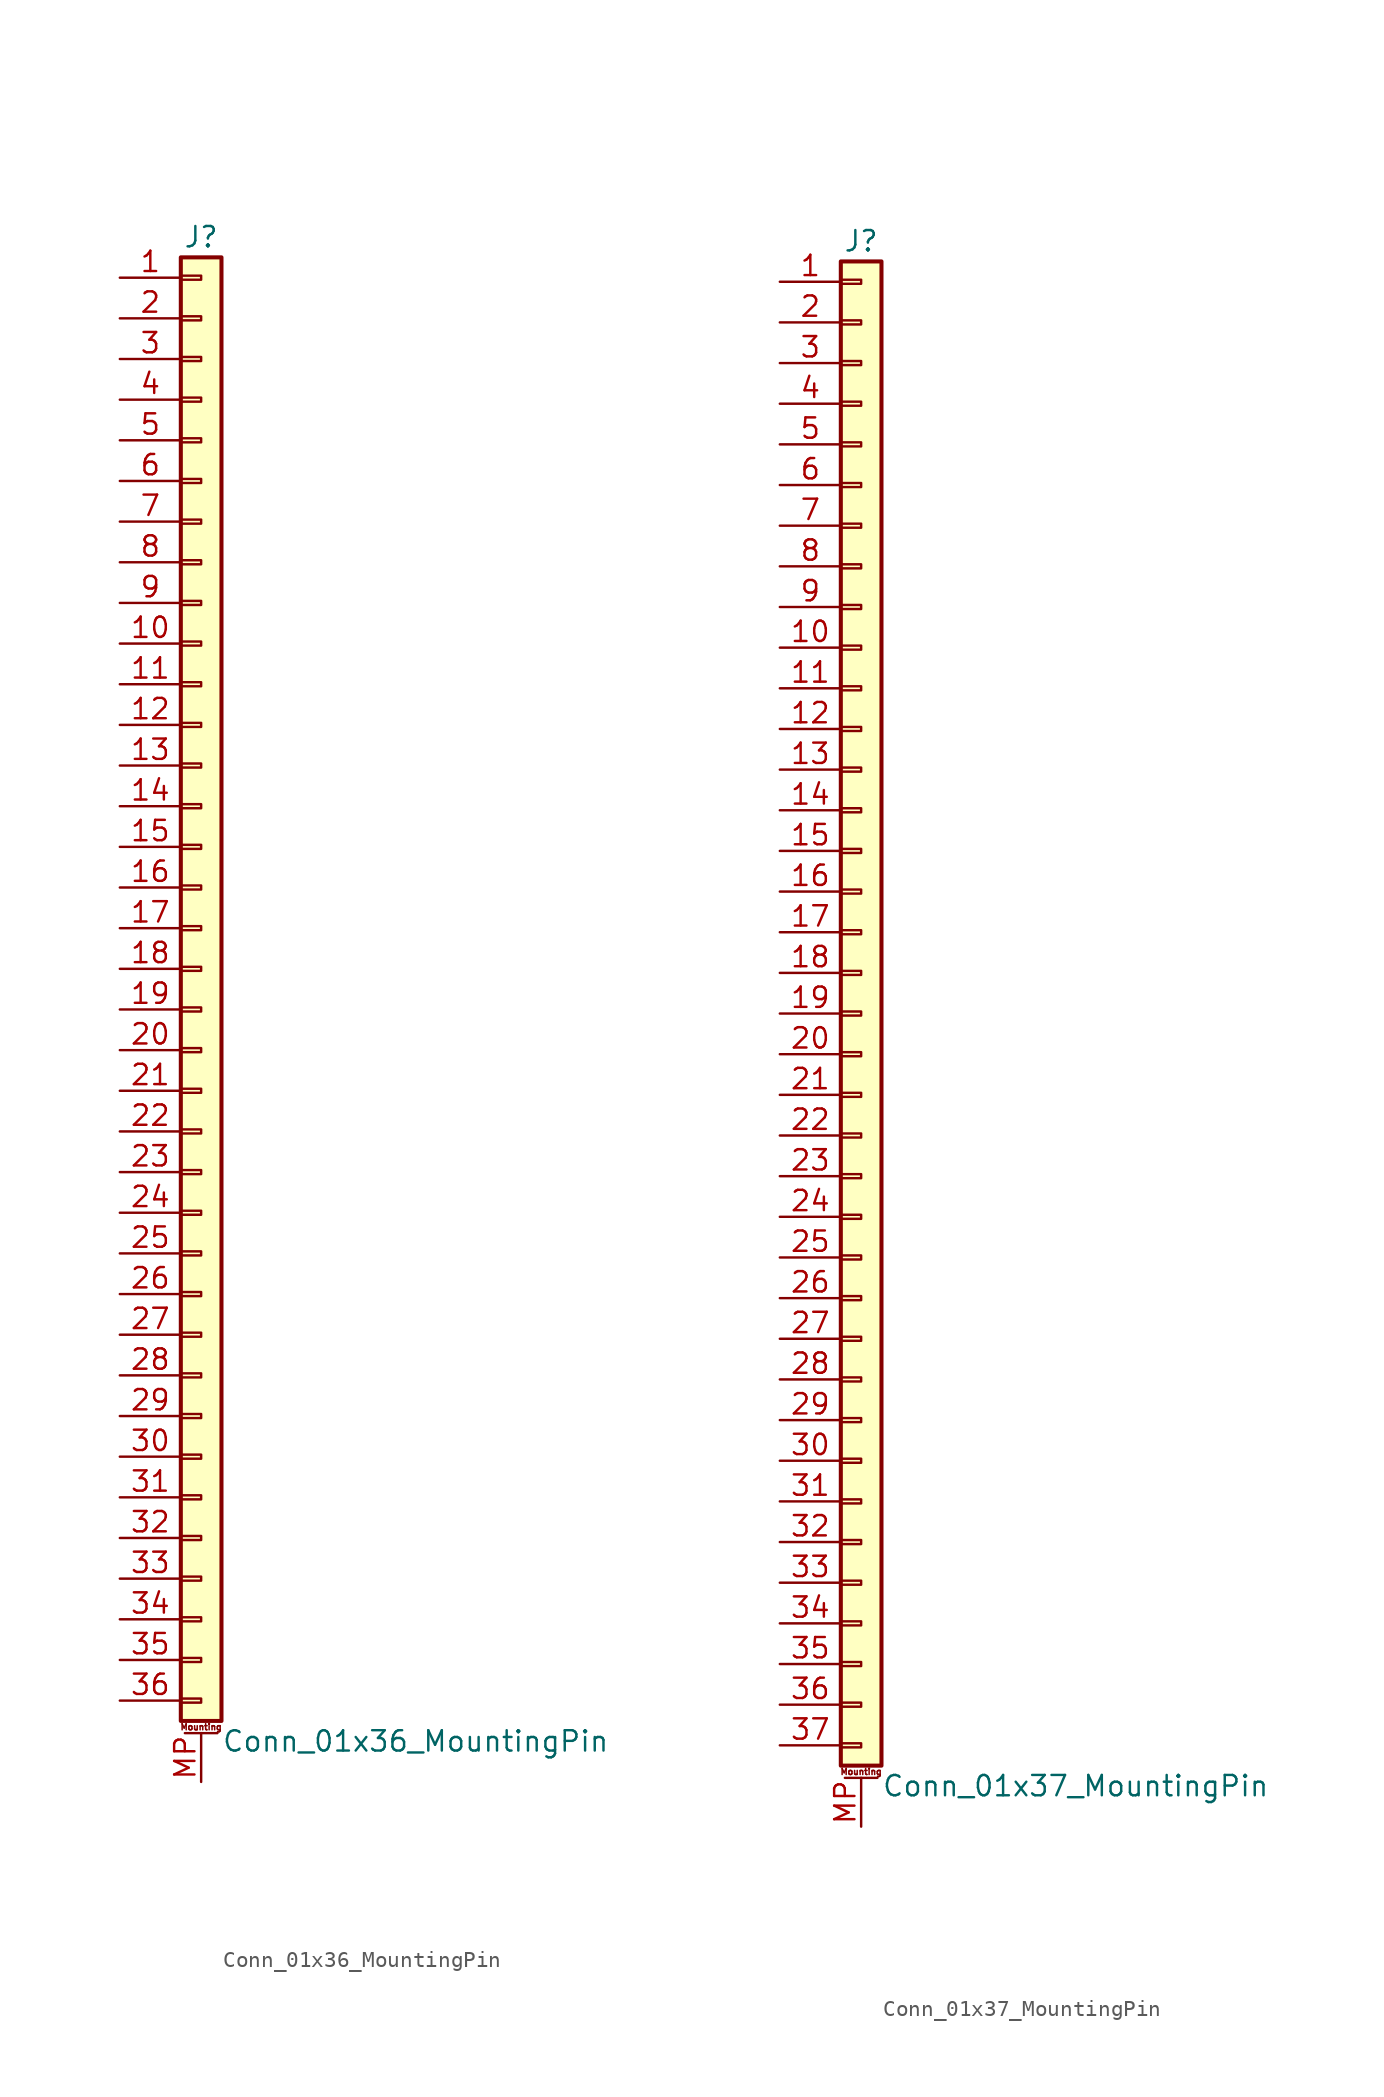
<source format=kicad_sym>
(kicad_symbol_lib
  (version 20201005)
  (generator kicad_symbol_editor)
  (symbol "Conn_01x36_MountingPin"
    (pin_names
      (offset 1.016) hide)
    (property "Reference" "J"
      (at 0 45.72 0)
      (effects (font (size 1.27 1.27))))
    (property "Value" "Conn_01x36_MountingPin"
      (at 1.27 -48.26 0)
      (effects (font (size 1.27 1.27)) (justify left)))
    (symbol "Conn_01x36_MountingPin_1_1"
      (text "Mounting" (at 0 -47.371 0) (effects (font (size 0.381 0.381))))
      (rectangle (start -1.27 -45.593) (end 0 -45.847) (stroke (width 0.152)) (fill (type none)))
      (rectangle (start -1.27 -43.053) (end 0 -43.307) (stroke (width 0.152)) (fill (type none)))
      (rectangle (start -1.27 -40.513) (end 0 -40.767) (stroke (width 0.152)) (fill (type none)))
      (rectangle (start -1.27 -37.973) (end 0 -38.227) (stroke (width 0.152)) (fill (type none)))
      (rectangle (start -1.27 -35.433) (end 0 -35.687) (stroke (width 0.152)) (fill (type none)))
      (rectangle (start -1.27 -32.893) (end 0 -33.147) (stroke (width 0.152)) (fill (type none)))
      (rectangle (start -1.27 -30.353) (end 0 -30.607) (stroke (width 0.152)) (fill (type none)))
      (rectangle (start -1.27 -27.813) (end 0 -28.067) (stroke (width 0.152)) (fill (type none)))
      (rectangle (start -1.27 -25.273) (end 0 -25.527) (stroke (width 0.152)) (fill (type none)))
      (rectangle (start -1.27 -22.733) (end 0 -22.987) (stroke (width 0.152)) (fill (type none)))
      (rectangle (start -1.27 -20.193) (end 0 -20.447) (stroke (width 0.152)) (fill (type none)))
      (rectangle (start -1.27 -17.653) (end 0 -17.907) (stroke (width 0.152)) (fill (type none)))
      (rectangle (start -1.27 -15.113) (end 0 -15.367) (stroke (width 0.152)) (fill (type none)))
      (rectangle (start -1.27 -12.573) (end 0 -12.827) (stroke (width 0.152)) (fill (type none)))
      (rectangle (start -1.27 -10.033) (end 0 -10.287) (stroke (width 0.152)) (fill (type none)))
      (rectangle (start -1.27 -7.493) (end 0 -7.747) (stroke (width 0.152)) (fill (type none)))
      (rectangle (start -1.27 -4.953) (end 0 -5.207) (stroke (width 0.152)) (fill (type none)))
      (rectangle (start -1.27 -2.413) (end 0 -2.667) (stroke (width 0.152)) (fill (type none)))
      (rectangle (start -1.27 0.127) (end 0 -0.127) (stroke (width 0.152)) (fill (type none)))
      (rectangle (start -1.27 2.667) (end 0 2.413) (stroke (width 0.152)) (fill (type none)))
      (rectangle (start -1.27 5.207) (end 0 4.953) (stroke (width 0.152)) (fill (type none)))
      (rectangle (start -1.27 7.747) (end 0 7.493) (stroke (width 0.152)) (fill (type none)))
      (rectangle (start -1.27 10.287) (end 0 10.033) (stroke (width 0.152)) (fill (type none)))
      (rectangle (start -1.27 12.827) (end 0 12.573) (stroke (width 0.152)) (fill (type none)))
      (rectangle (start -1.27 15.367) (end 0 15.113) (stroke (width 0.152)) (fill (type none)))
      (rectangle (start -1.27 17.907) (end 0 17.653) (stroke (width 0.152)) (fill (type none)))
      (rectangle (start -1.27 20.447) (end 0 20.193) (stroke (width 0.152)) (fill (type none)))
      (rectangle (start -1.27 22.987) (end 0 22.733) (stroke (width 0.152)) (fill (type none)))
      (rectangle (start -1.27 25.527) (end 0 25.273) (stroke (width 0.152)) (fill (type none)))
      (rectangle (start -1.27 28.067) (end 0 27.813) (stroke (width 0.152)) (fill (type none)))
      (rectangle (start -1.27 30.607) (end 0 30.353) (stroke (width 0.152)) (fill (type none)))
      (rectangle (start -1.27 33.147) (end 0 32.893) (stroke (width 0.152)) (fill (type none)))
      (rectangle (start -1.27 35.687) (end 0 35.433) (stroke (width 0.152)) (fill (type none)))
      (rectangle (start -1.27 38.227) (end 0 37.973) (stroke (width 0.152)) (fill (type none)))
      (rectangle (start -1.27 40.767) (end 0 40.513) (stroke (width 0.152)) (fill (type none)))
      (rectangle (start -1.27 43.307) (end 0 43.053) (stroke (width 0.152)) (fill (type none)))
      (rectangle (start -1.27 44.45) (end 1.27 -46.99) (stroke (width 0.254)) (fill (type background)))
      (polyline (pts (xy -1.016 -47.752) (xy 1.016 -47.752)) (stroke (width 0.152)) (fill (type none)))
      (pin passive line (at -5.08 43.18 0) (length 3.81) (name "Pin_1" (effects (font (size 1.27 1.27)))) (number "1" (effects (font (size 1.27 1.27)))))
      (pin passive line (at -5.08 20.32 0) (length 3.81) (name "Pin_10" (effects (font (size 1.27 1.27)))) (number "10" (effects (font (size 1.27 1.27)))))
      (pin passive line (at -5.08 17.78 0) (length 3.81) (name "Pin_11" (effects (font (size 1.27 1.27)))) (number "11" (effects (font (size 1.27 1.27)))))
      (pin passive line (at -5.08 15.24 0) (length 3.81) (name "Pin_12" (effects (font (size 1.27 1.27)))) (number "12" (effects (font (size 1.27 1.27)))))
      (pin passive line (at -5.08 12.7 0) (length 3.81) (name "Pin_13" (effects (font (size 1.27 1.27)))) (number "13" (effects (font (size 1.27 1.27)))))
      (pin passive line (at -5.08 10.16 0) (length 3.81) (name "Pin_14" (effects (font (size 1.27 1.27)))) (number "14" (effects (font (size 1.27 1.27)))))
      (pin passive line (at -5.08 7.62 0) (length 3.81) (name "Pin_15" (effects (font (size 1.27 1.27)))) (number "15" (effects (font (size 1.27 1.27)))))
      (pin passive line (at -5.08 5.08 0) (length 3.81) (name "Pin_16" (effects (font (size 1.27 1.27)))) (number "16" (effects (font (size 1.27 1.27)))))
      (pin passive line (at -5.08 2.54 0) (length 3.81) (name "Pin_17" (effects (font (size 1.27 1.27)))) (number "17" (effects (font (size 1.27 1.27)))))
      (pin passive line (at -5.08 0 0) (length 3.81) (name "Pin_18" (effects (font (size 1.27 1.27)))) (number "18" (effects (font (size 1.27 1.27)))))
      (pin passive line (at -5.08 -2.54 0) (length 3.81) (name "Pin_19" (effects (font (size 1.27 1.27)))) (number "19" (effects (font (size 1.27 1.27)))))
      (pin passive line (at -5.08 40.64 0) (length 3.81) (name "Pin_2" (effects (font (size 1.27 1.27)))) (number "2" (effects (font (size 1.27 1.27)))))
      (pin passive line (at -5.08 -5.08 0) (length 3.81) (name "Pin_20" (effects (font (size 1.27 1.27)))) (number "20" (effects (font (size 1.27 1.27)))))
      (pin passive line (at -5.08 -7.62 0) (length 3.81) (name "Pin_21" (effects (font (size 1.27 1.27)))) (number "21" (effects (font (size 1.27 1.27)))))
      (pin passive line (at -5.08 -10.16 0) (length 3.81) (name "Pin_22" (effects (font (size 1.27 1.27)))) (number "22" (effects (font (size 1.27 1.27)))))
      (pin passive line (at -5.08 -12.7 0) (length 3.81) (name "Pin_23" (effects (font (size 1.27 1.27)))) (number "23" (effects (font (size 1.27 1.27)))))
      (pin passive line (at -5.08 -15.24 0) (length 3.81) (name "Pin_24" (effects (font (size 1.27 1.27)))) (number "24" (effects (font (size 1.27 1.27)))))
      (pin passive line (at -5.08 -17.78 0) (length 3.81) (name "Pin_25" (effects (font (size 1.27 1.27)))) (number "25" (effects (font (size 1.27 1.27)))))
      (pin passive line (at -5.08 -20.32 0) (length 3.81) (name "Pin_26" (effects (font (size 1.27 1.27)))) (number "26" (effects (font (size 1.27 1.27)))))
      (pin passive line (at -5.08 -22.86 0) (length 3.81) (name "Pin_27" (effects (font (size 1.27 1.27)))) (number "27" (effects (font (size 1.27 1.27)))))
      (pin passive line (at -5.08 -25.4 0) (length 3.81) (name "Pin_28" (effects (font (size 1.27 1.27)))) (number "28" (effects (font (size 1.27 1.27)))))
      (pin passive line (at -5.08 -27.94 0) (length 3.81) (name "Pin_29" (effects (font (size 1.27 1.27)))) (number "29" (effects (font (size 1.27 1.27)))))
      (pin passive line (at -5.08 38.1 0) (length 3.81) (name "Pin_3" (effects (font (size 1.27 1.27)))) (number "3" (effects (font (size 1.27 1.27)))))
      (pin passive line (at -5.08 -30.48 0) (length 3.81) (name "Pin_30" (effects (font (size 1.27 1.27)))) (number "30" (effects (font (size 1.27 1.27)))))
      (pin passive line (at -5.08 -33.02 0) (length 3.81) (name "Pin_31" (effects (font (size 1.27 1.27)))) (number "31" (effects (font (size 1.27 1.27)))))
      (pin passive line (at -5.08 -35.56 0) (length 3.81) (name "Pin_32" (effects (font (size 1.27 1.27)))) (number "32" (effects (font (size 1.27 1.27)))))
      (pin passive line (at -5.08 -38.1 0) (length 3.81) (name "Pin_33" (effects (font (size 1.27 1.27)))) (number "33" (effects (font (size 1.27 1.27)))))
      (pin passive line (at -5.08 -40.64 0) (length 3.81) (name "Pin_34" (effects (font (size 1.27 1.27)))) (number "34" (effects (font (size 1.27 1.27)))))
      (pin passive line (at -5.08 -43.18 0) (length 3.81) (name "Pin_35" (effects (font (size 1.27 1.27)))) (number "35" (effects (font (size 1.27 1.27)))))
      (pin passive line (at -5.08 -45.72 0) (length 3.81) (name "Pin_36" (effects (font (size 1.27 1.27)))) (number "36" (effects (font (size 1.27 1.27)))))
      (pin passive line (at -5.08 35.56 0) (length 3.81) (name "Pin_4" (effects (font (size 1.27 1.27)))) (number "4" (effects (font (size 1.27 1.27)))))
      (pin passive line (at -5.08 33.02 0) (length 3.81) (name "Pin_5" (effects (font (size 1.27 1.27)))) (number "5" (effects (font (size 1.27 1.27)))))
      (pin passive line (at -5.08 30.48 0) (length 3.81) (name "Pin_6" (effects (font (size 1.27 1.27)))) (number "6" (effects (font (size 1.27 1.27)))))
      (pin passive line (at -5.08 27.94 0) (length 3.81) (name "Pin_7" (effects (font (size 1.27 1.27)))) (number "7" (effects (font (size 1.27 1.27)))))
      (pin passive line (at -5.08 25.4 0) (length 3.81) (name "Pin_8" (effects (font (size 1.27 1.27)))) (number "8" (effects (font (size 1.27 1.27)))))
      (pin passive line (at -5.08 22.86 0) (length 3.81) (name "Pin_9" (effects (font (size 1.27 1.27)))) (number "9" (effects (font (size 1.27 1.27)))))
      (pin passive line (at 0 -50.8 90) (length 3.048) (name "MountPin" (effects (font (size 1.27 1.27)))) (number "MP" (effects (font (size 1.27 1.27)))))))
  (symbol "Conn_01x37_MountingPin"
    (pin_names
      (offset 1.016) hide)
    (property "Reference" "J"
      (at 0 48.26 0)
      (effects (font (size 1.27 1.27))))
    (property "Value" "Conn_01x37_MountingPin"
      (at 1.27 -48.26 0)
      (effects (font (size 1.27 1.27)) (justify left)))
    (symbol "Conn_01x37_MountingPin_1_1"
      (text "Mounting" (at 0 -47.371 0) (effects (font (size 0.381 0.381))))
      (rectangle (start -1.27 -45.593) (end 0 -45.847) (stroke (width 0.152)) (fill (type none)))
      (rectangle (start -1.27 -43.053) (end 0 -43.307) (stroke (width 0.152)) (fill (type none)))
      (rectangle (start -1.27 -40.513) (end 0 -40.767) (stroke (width 0.152)) (fill (type none)))
      (rectangle (start -1.27 -37.973) (end 0 -38.227) (stroke (width 0.152)) (fill (type none)))
      (rectangle (start -1.27 -35.433) (end 0 -35.687) (stroke (width 0.152)) (fill (type none)))
      (rectangle (start -1.27 -32.893) (end 0 -33.147) (stroke (width 0.152)) (fill (type none)))
      (rectangle (start -1.27 -30.353) (end 0 -30.607) (stroke (width 0.152)) (fill (type none)))
      (rectangle (start -1.27 -27.813) (end 0 -28.067) (stroke (width 0.152)) (fill (type none)))
      (rectangle (start -1.27 -25.273) (end 0 -25.527) (stroke (width 0.152)) (fill (type none)))
      (rectangle (start -1.27 -22.733) (end 0 -22.987) (stroke (width 0.152)) (fill (type none)))
      (rectangle (start -1.27 -20.193) (end 0 -20.447) (stroke (width 0.152)) (fill (type none)))
      (rectangle (start -1.27 -17.653) (end 0 -17.907) (stroke (width 0.152)) (fill (type none)))
      (rectangle (start -1.27 -15.113) (end 0 -15.367) (stroke (width 0.152)) (fill (type none)))
      (rectangle (start -1.27 -12.573) (end 0 -12.827) (stroke (width 0.152)) (fill (type none)))
      (rectangle (start -1.27 -10.033) (end 0 -10.287) (stroke (width 0.152)) (fill (type none)))
      (rectangle (start -1.27 -7.493) (end 0 -7.747) (stroke (width 0.152)) (fill (type none)))
      (rectangle (start -1.27 -4.953) (end 0 -5.207) (stroke (width 0.152)) (fill (type none)))
      (rectangle (start -1.27 -2.413) (end 0 -2.667) (stroke (width 0.152)) (fill (type none)))
      (rectangle (start -1.27 0.127) (end 0 -0.127) (stroke (width 0.152)) (fill (type none)))
      (rectangle (start -1.27 2.667) (end 0 2.413) (stroke (width 0.152)) (fill (type none)))
      (rectangle (start -1.27 5.207) (end 0 4.953) (stroke (width 0.152)) (fill (type none)))
      (rectangle (start -1.27 7.747) (end 0 7.493) (stroke (width 0.152)) (fill (type none)))
      (rectangle (start -1.27 10.287) (end 0 10.033) (stroke (width 0.152)) (fill (type none)))
      (rectangle (start -1.27 12.827) (end 0 12.573) (stroke (width 0.152)) (fill (type none)))
      (rectangle (start -1.27 15.367) (end 0 15.113) (stroke (width 0.152)) (fill (type none)))
      (rectangle (start -1.27 17.907) (end 0 17.653) (stroke (width 0.152)) (fill (type none)))
      (rectangle (start -1.27 20.447) (end 0 20.193) (stroke (width 0.152)) (fill (type none)))
      (rectangle (start -1.27 22.987) (end 0 22.733) (stroke (width 0.152)) (fill (type none)))
      (rectangle (start -1.27 25.527) (end 0 25.273) (stroke (width 0.152)) (fill (type none)))
      (rectangle (start -1.27 28.067) (end 0 27.813) (stroke (width 0.152)) (fill (type none)))
      (rectangle (start -1.27 30.607) (end 0 30.353) (stroke (width 0.152)) (fill (type none)))
      (rectangle (start -1.27 33.147) (end 0 32.893) (stroke (width 0.152)) (fill (type none)))
      (rectangle (start -1.27 35.687) (end 0 35.433) (stroke (width 0.152)) (fill (type none)))
      (rectangle (start -1.27 38.227) (end 0 37.973) (stroke (width 0.152)) (fill (type none)))
      (rectangle (start -1.27 40.767) (end 0 40.513) (stroke (width 0.152)) (fill (type none)))
      (rectangle (start -1.27 43.307) (end 0 43.053) (stroke (width 0.152)) (fill (type none)))
      (rectangle (start -1.27 45.847) (end 0 45.593) (stroke (width 0.152)) (fill (type none)))
      (rectangle (start -1.27 46.99) (end 1.27 -46.99) (stroke (width 0.254)) (fill (type background)))
      (polyline (pts (xy -1.016 -47.752) (xy 1.016 -47.752)) (stroke (width 0.152)) (fill (type none)))
      (pin passive line (at -5.08 45.72 0) (length 3.81) (name "Pin_1" (effects (font (size 1.27 1.27)))) (number "1" (effects (font (size 1.27 1.27)))))
      (pin passive line (at -5.08 22.86 0) (length 3.81) (name "Pin_10" (effects (font (size 1.27 1.27)))) (number "10" (effects (font (size 1.27 1.27)))))
      (pin passive line (at -5.08 20.32 0) (length 3.81) (name "Pin_11" (effects (font (size 1.27 1.27)))) (number "11" (effects (font (size 1.27 1.27)))))
      (pin passive line (at -5.08 17.78 0) (length 3.81) (name "Pin_12" (effects (font (size 1.27 1.27)))) (number "12" (effects (font (size 1.27 1.27)))))
      (pin passive line (at -5.08 15.24 0) (length 3.81) (name "Pin_13" (effects (font (size 1.27 1.27)))) (number "13" (effects (font (size 1.27 1.27)))))
      (pin passive line (at -5.08 12.7 0) (length 3.81) (name "Pin_14" (effects (font (size 1.27 1.27)))) (number "14" (effects (font (size 1.27 1.27)))))
      (pin passive line (at -5.08 10.16 0) (length 3.81) (name "Pin_15" (effects (font (size 1.27 1.27)))) (number "15" (effects (font (size 1.27 1.27)))))
      (pin passive line (at -5.08 7.62 0) (length 3.81) (name "Pin_16" (effects (font (size 1.27 1.27)))) (number "16" (effects (font (size 1.27 1.27)))))
      (pin passive line (at -5.08 5.08 0) (length 3.81) (name "Pin_17" (effects (font (size 1.27 1.27)))) (number "17" (effects (font (size 1.27 1.27)))))
      (pin passive line (at -5.08 2.54 0) (length 3.81) (name "Pin_18" (effects (font (size 1.27 1.27)))) (number "18" (effects (font (size 1.27 1.27)))))
      (pin passive line (at -5.08 0 0) (length 3.81) (name "Pin_19" (effects (font (size 1.27 1.27)))) (number "19" (effects (font (size 1.27 1.27)))))
      (pin passive line (at -5.08 43.18 0) (length 3.81) (name "Pin_2" (effects (font (size 1.27 1.27)))) (number "2" (effects (font (size 1.27 1.27)))))
      (pin passive line (at -5.08 -2.54 0) (length 3.81) (name "Pin_20" (effects (font (size 1.27 1.27)))) (number "20" (effects (font (size 1.27 1.27)))))
      (pin passive line (at -5.08 -5.08 0) (length 3.81) (name "Pin_21" (effects (font (size 1.27 1.27)))) (number "21" (effects (font (size 1.27 1.27)))))
      (pin passive line (at -5.08 -7.62 0) (length 3.81) (name "Pin_22" (effects (font (size 1.27 1.27)))) (number "22" (effects (font (size 1.27 1.27)))))
      (pin passive line (at -5.08 -10.16 0) (length 3.81) (name "Pin_23" (effects (font (size 1.27 1.27)))) (number "23" (effects (font (size 1.27 1.27)))))
      (pin passive line (at -5.08 -12.7 0) (length 3.81) (name "Pin_24" (effects (font (size 1.27 1.27)))) (number "24" (effects (font (size 1.27 1.27)))))
      (pin passive line (at -5.08 -15.24 0) (length 3.81) (name "Pin_25" (effects (font (size 1.27 1.27)))) (number "25" (effects (font (size 1.27 1.27)))))
      (pin passive line (at -5.08 -17.78 0) (length 3.81) (name "Pin_26" (effects (font (size 1.27 1.27)))) (number "26" (effects (font (size 1.27 1.27)))))
      (pin passive line (at -5.08 -20.32 0) (length 3.81) (name "Pin_27" (effects (font (size 1.27 1.27)))) (number "27" (effects (font (size 1.27 1.27)))))
      (pin passive line (at -5.08 -22.86 0) (length 3.81) (name "Pin_28" (effects (font (size 1.27 1.27)))) (number "28" (effects (font (size 1.27 1.27)))))
      (pin passive line (at -5.08 -25.4 0) (length 3.81) (name "Pin_29" (effects (font (size 1.27 1.27)))) (number "29" (effects (font (size 1.27 1.27)))))
      (pin passive line (at -5.08 40.64 0) (length 3.81) (name "Pin_3" (effects (font (size 1.27 1.27)))) (number "3" (effects (font (size 1.27 1.27)))))
      (pin passive line (at -5.08 -27.94 0) (length 3.81) (name "Pin_30" (effects (font (size 1.27 1.27)))) (number "30" (effects (font (size 1.27 1.27)))))
      (pin passive line (at -5.08 -30.48 0) (length 3.81) (name "Pin_31" (effects (font (size 1.27 1.27)))) (number "31" (effects (font (size 1.27 1.27)))))
      (pin passive line (at -5.08 -33.02 0) (length 3.81) (name "Pin_32" (effects (font (size 1.27 1.27)))) (number "32" (effects (font (size 1.27 1.27)))))
      (pin passive line (at -5.08 -35.56 0) (length 3.81) (name "Pin_33" (effects (font (size 1.27 1.27)))) (number "33" (effects (font (size 1.27 1.27)))))
      (pin passive line (at -5.08 -38.1 0) (length 3.81) (name "Pin_34" (effects (font (size 1.27 1.27)))) (number "34" (effects (font (size 1.27 1.27)))))
      (pin passive line (at -5.08 -40.64 0) (length 3.81) (name "Pin_35" (effects (font (size 1.27 1.27)))) (number "35" (effects (font (size 1.27 1.27)))))
      (pin passive line (at -5.08 -43.18 0) (length 3.81) (name "Pin_36" (effects (font (size 1.27 1.27)))) (number "36" (effects (font (size 1.27 1.27)))))
      (pin passive line (at -5.08 -45.72 0) (length 3.81) (name "Pin_37" (effects (font (size 1.27 1.27)))) (number "37" (effects (font (size 1.27 1.27)))))
      (pin passive line (at -5.08 38.1 0) (length 3.81) (name "Pin_4" (effects (font (size 1.27 1.27)))) (number "4" (effects (font (size 1.27 1.27)))))
      (pin passive line (at -5.08 35.56 0) (length 3.81) (name "Pin_5" (effects (font (size 1.27 1.27)))) (number "5" (effects (font (size 1.27 1.27)))))
      (pin passive line (at -5.08 33.02 0) (length 3.81) (name "Pin_6" (effects (font (size 1.27 1.27)))) (number "6" (effects (font (size 1.27 1.27)))))
      (pin passive line (at -5.08 30.48 0) (length 3.81) (name "Pin_7" (effects (font (size 1.27 1.27)))) (number "7" (effects (font (size 1.27 1.27)))))
      (pin passive line (at -5.08 27.94 0) (length 3.81) (name "Pin_8" (effects (font (size 1.27 1.27)))) (number "8" (effects (font (size 1.27 1.27)))))
      (pin passive line (at -5.08 25.4 0) (length 3.81) (name "Pin_9" (effects (font (size 1.27 1.27)))) (number "9" (effects (font (size 1.27 1.27)))))
      (pin passive line (at 0 -50.8 90) (length 3.048) (name "MountPin" (effects (font (size 1.27 1.27)))) (number "MP" (effects (font (size 1.27 1.27))))))))
</source>
